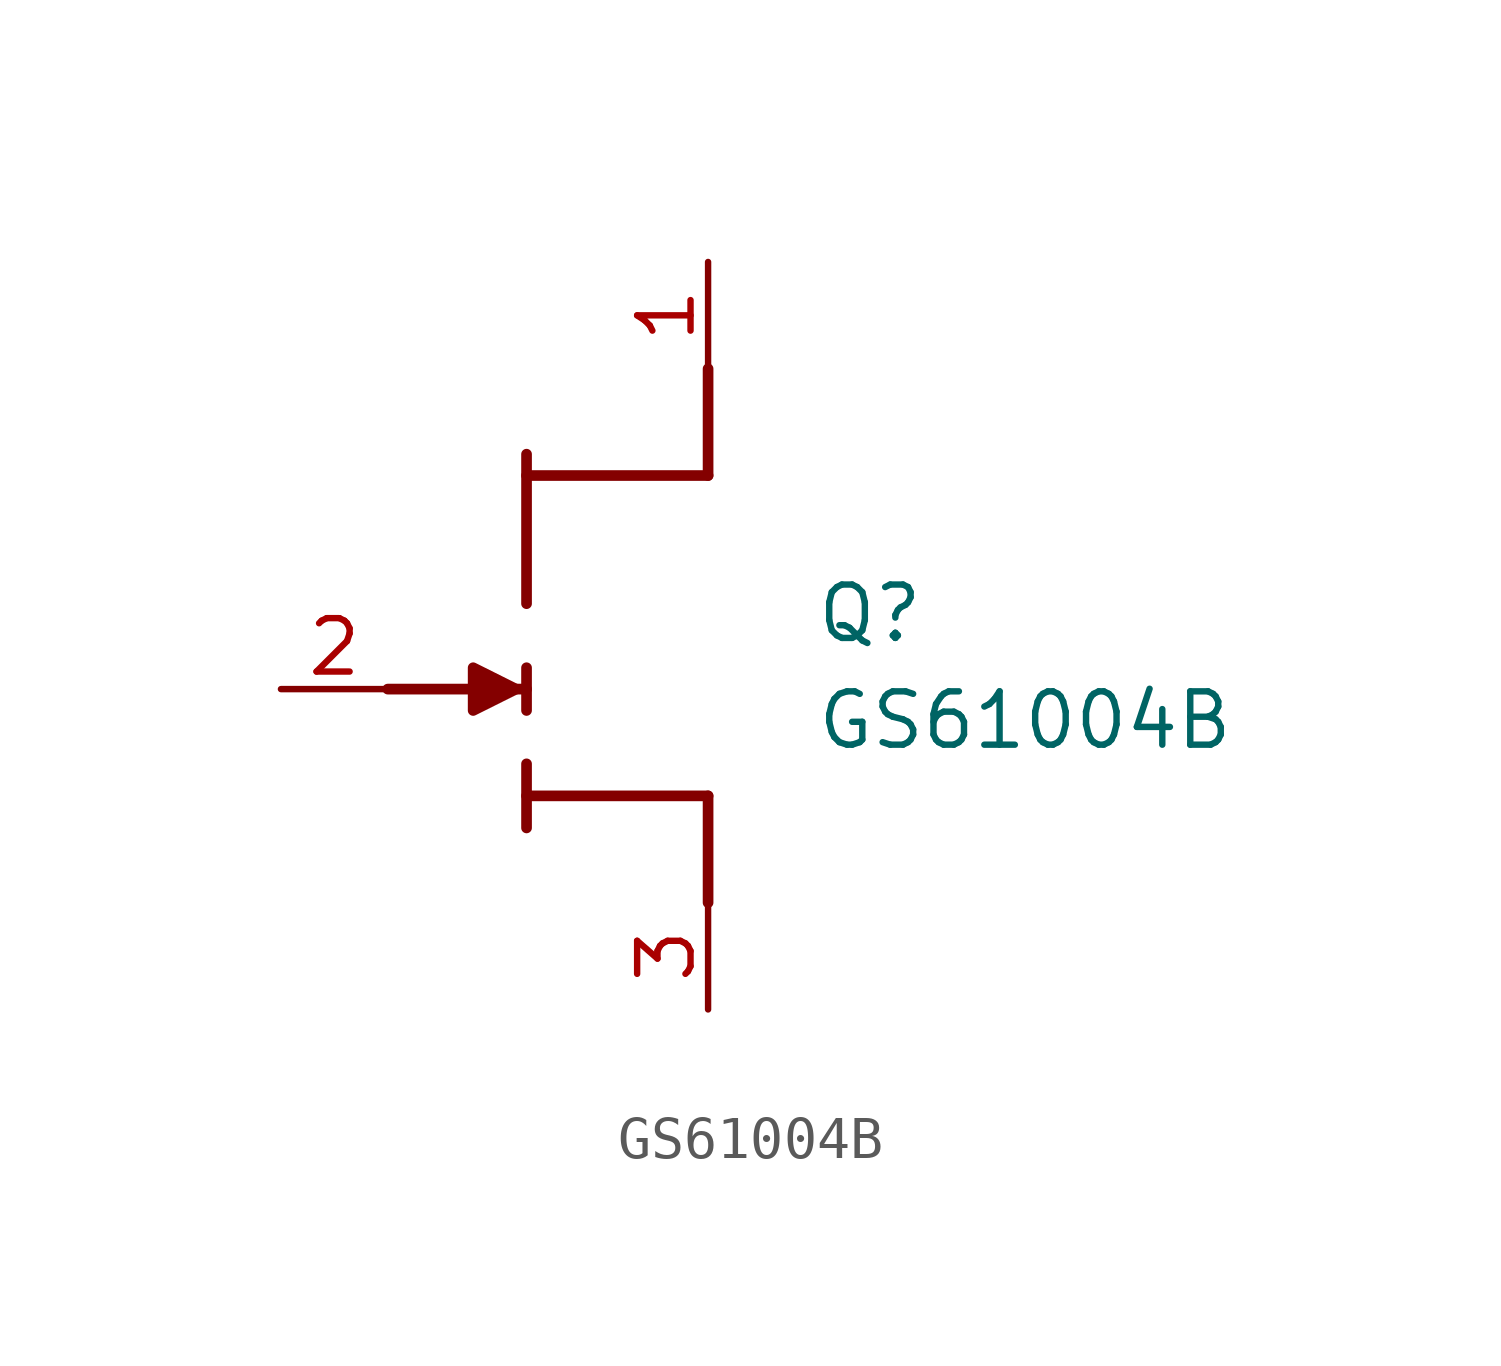
<source format=kicad_sym>
(kicad_symbol_lib
  (version 20211014)
  (generator SamacSys_ECAD_Model)
  (symbol "GS61004B"
    (pin_names hide)
    (property "Reference" "Q"
      (at 10.16 2.54 0)
      (effects (font (size 1.27 1.27)) (justify left top)))
    (property "Value" "GS61004B"
      (at 10.16 0 0)
      (effects (font (size 1.27 1.27)) (justify left top)))
    (polyline
      (pts (xy 7.62 -2.54) (xy 7.62 -5.08))
      (stroke (width 0.254) (type default))
      (fill (type none)))
    (polyline
      (pts (xy 7.62 5.08) (xy 7.62 7.62))
      (stroke (width 0.254) (type default))
      (fill (type none)))
    (polyline
      (pts (xy 0 0) (xy 3.302 0))
      (stroke (width 0.254) (type default))
      (fill (type none)))
    (polyline
      (pts (xy 7.62 5.08) (xy 3.302 5.08))
      (stroke (width 0.254) (type default))
      (fill (type none)))
    (polyline
      (pts (xy 3.302 -2.54) (xy 7.62 -2.54))
      (stroke (width 0.254) (type default))
      (fill (type none)))
    (polyline
      (pts (xy 3.302 5.588) (xy 3.302 2.032))
      (stroke (width 0.254) (type default))
      (fill (type none)))
    (polyline
      (pts (xy 3.302 -3.302) (xy 3.302 -1.778))
      (stroke (width 0.254) (type default))
      (fill (type none)))
    (polyline
      (pts (xy 3.302 -0.508) (xy 3.302 0.508))
      (stroke (width 0.254) (type default))
      (fill (type none)))
    (polyline
      (pts (xy 3.048 0) (xy 2.032 -0.508) (xy 2.032 0.508) (xy 3.048 0))
      (stroke (width 0.254) (type default))
      (fill (type outline)))
    (pin passive line
      (at 7.62 10.16 270)
      (length 2.54)
      (name "D" (effects (font (size 1.27 1.27))))
      (number "1" (effects (font (size 1.27 1.27)))))
    (pin passive line
      (at -2.54 0 0)
      (length 2.54)
      (name "G" (effects (font (size 1.27 1.27))))
      (number "2" (effects (font (size 1.27 1.27)))))
    (pin passive line
      (at 7.62 -7.62 90)
      (length 2.54)
      (name "S" (effects (font (size 1.27 1.27))))
      (number "3" (effects (font (size 1.27 1.27)))))))
</source>
